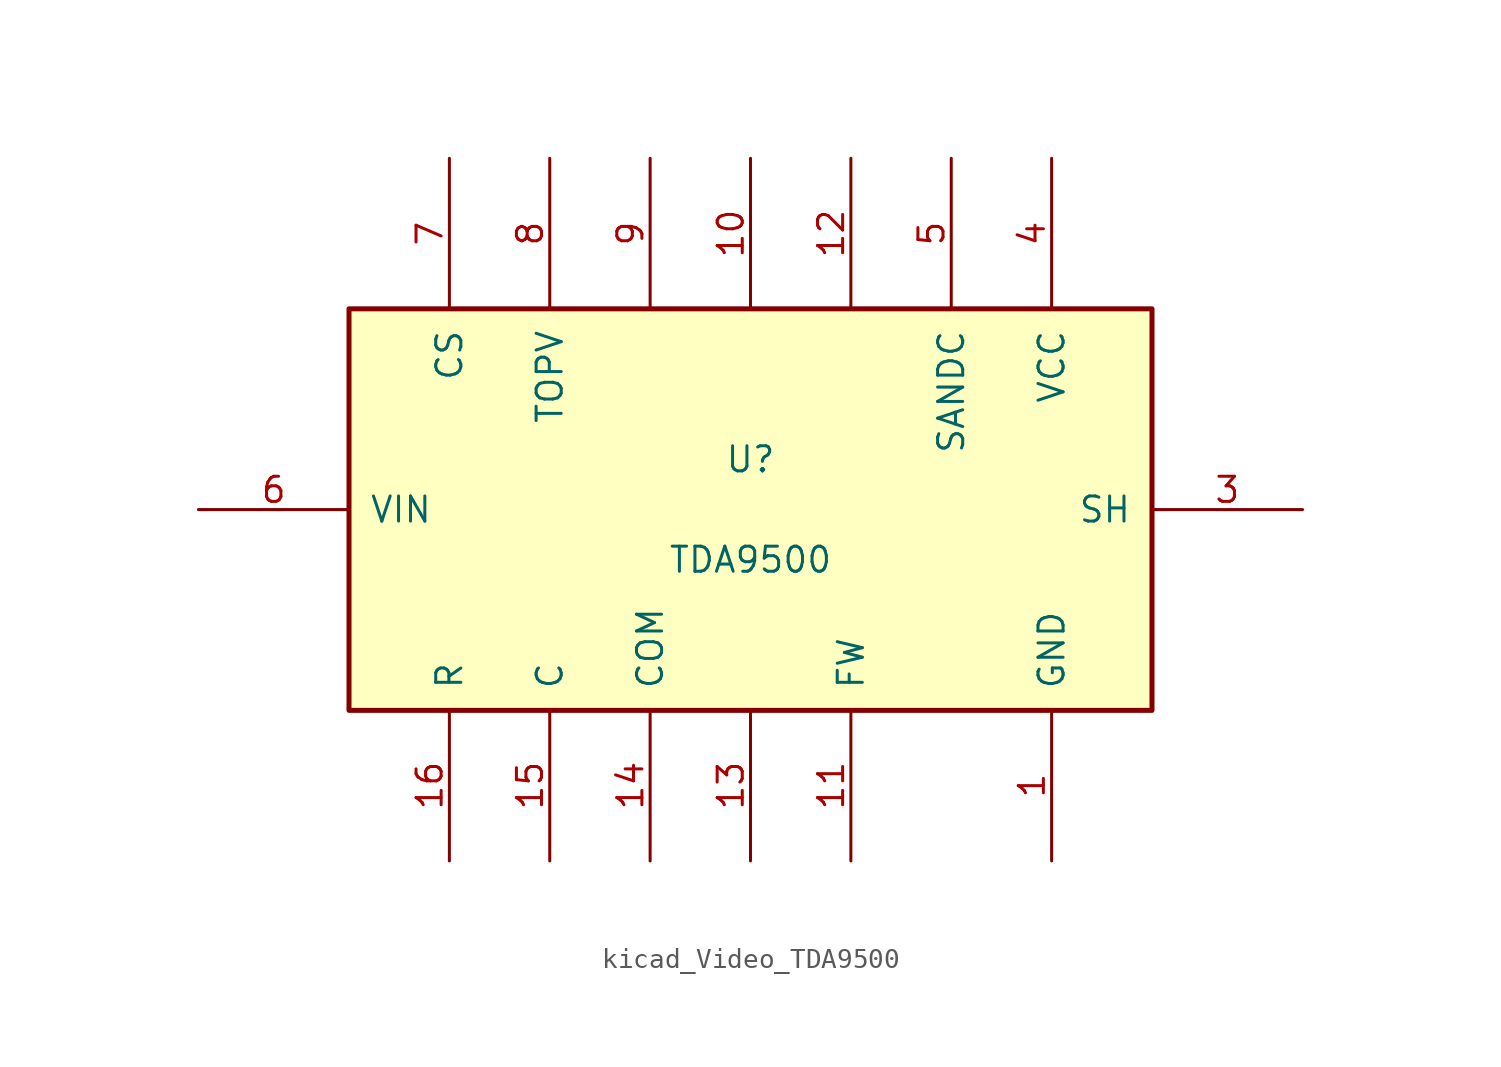
<source format=kicad_sym>
(kicad_symbol_lib
  (version 20220914)
  (generator kicad_symbol_editor)
  (symbol "kicad_Video_TDA9500"
    (pin_names
      (offset 1.016))
    (property "Reference" "U"
      (at 0 2.54 0)
      (effects (font (size 1.27 1.27))))
    (property "Value" "TDA9500"
      (at 0 -2.54 0)
      (effects (font (size 1.27 1.27))))
    (symbol "kicad_Video_TDA9500_0_1"
      (rectangle (start -20.32 -10.16) (end 20.32 10.16) (stroke (width 0.254) (type default)) (fill (type background))))
    (symbol "kicad_Video_TDA9500_1_1"
      (pin power_in line (at 15.24 -17.78 90) (length 7.62) (name "GND" (effects (font (size 1.27 1.27)))) (number "1" (effects (font (size 1.27 1.27)))))
      (pin passive line (at 0 17.78 270) (length 7.62) (name "~" (effects (font (size 1.27 1.27)))) (number "10" (effects (font (size 1.27 1.27)))))
      (pin input line (at 5.08 -17.78 90) (length 7.62) (name "FW" (effects (font (size 1.27 1.27)))) (number "11" (effects (font (size 1.27 1.27)))))
      (pin passive line (at 5.08 17.78 270) (length 7.62) (name "~" (effects (font (size 1.27 1.27)))) (number "12" (effects (font (size 1.27 1.27)))))
      (pin passive line (at 0 -17.78 90) (length 7.62) (name "~" (effects (font (size 1.27 1.27)))) (number "13" (effects (font (size 1.27 1.27)))))
      (pin passive line (at -5.08 -17.78 90) (length 7.62) (name "COM" (effects (font (size 1.27 1.27)))) (number "14" (effects (font (size 1.27 1.27)))))
      (pin input line (at -10.16 -17.78 90) (length 7.62) (name "C" (effects (font (size 1.27 1.27)))) (number "15" (effects (font (size 1.27 1.27)))))
      (pin input line (at -15.24 -17.78 90) (length 7.62) (name "R" (effects (font (size 1.27 1.27)))) (number "16" (effects (font (size 1.27 1.27)))))
      (pin output line (at 27.94 0 180) (length 7.62) (name "SH" (effects (font (size 1.27 1.27)))) (number "3" (effects (font (size 1.27 1.27)))))
      (pin power_in line (at 15.24 17.78 270) (length 7.62) (name "VCC" (effects (font (size 1.27 1.27)))) (number "4" (effects (font (size 1.27 1.27)))))
      (pin output line (at 10.16 17.78 270) (length 7.62) (name "SANDC" (effects (font (size 1.27 1.27)))) (number "5" (effects (font (size 1.27 1.27)))))
      (pin power_in line (at -27.94 0 0) (length 7.62) (name "VIN" (effects (font (size 1.27 1.27)))) (number "6" (effects (font (size 1.27 1.27)))))
      (pin output line (at -15.24 17.78 270) (length 7.62) (name "CS" (effects (font (size 1.27 1.27)))) (number "7" (effects (font (size 1.27 1.27)))))
      (pin output line (at -10.16 17.78 270) (length 7.62) (name "TOPV" (effects (font (size 1.27 1.27)))) (number "8" (effects (font (size 1.27 1.27)))))
      (pin passive line (at -5.08 17.78 270) (length 7.62) (name "~" (effects (font (size 1.27 1.27)))) (number "9" (effects (font (size 1.27 1.27))))))))
</source>
